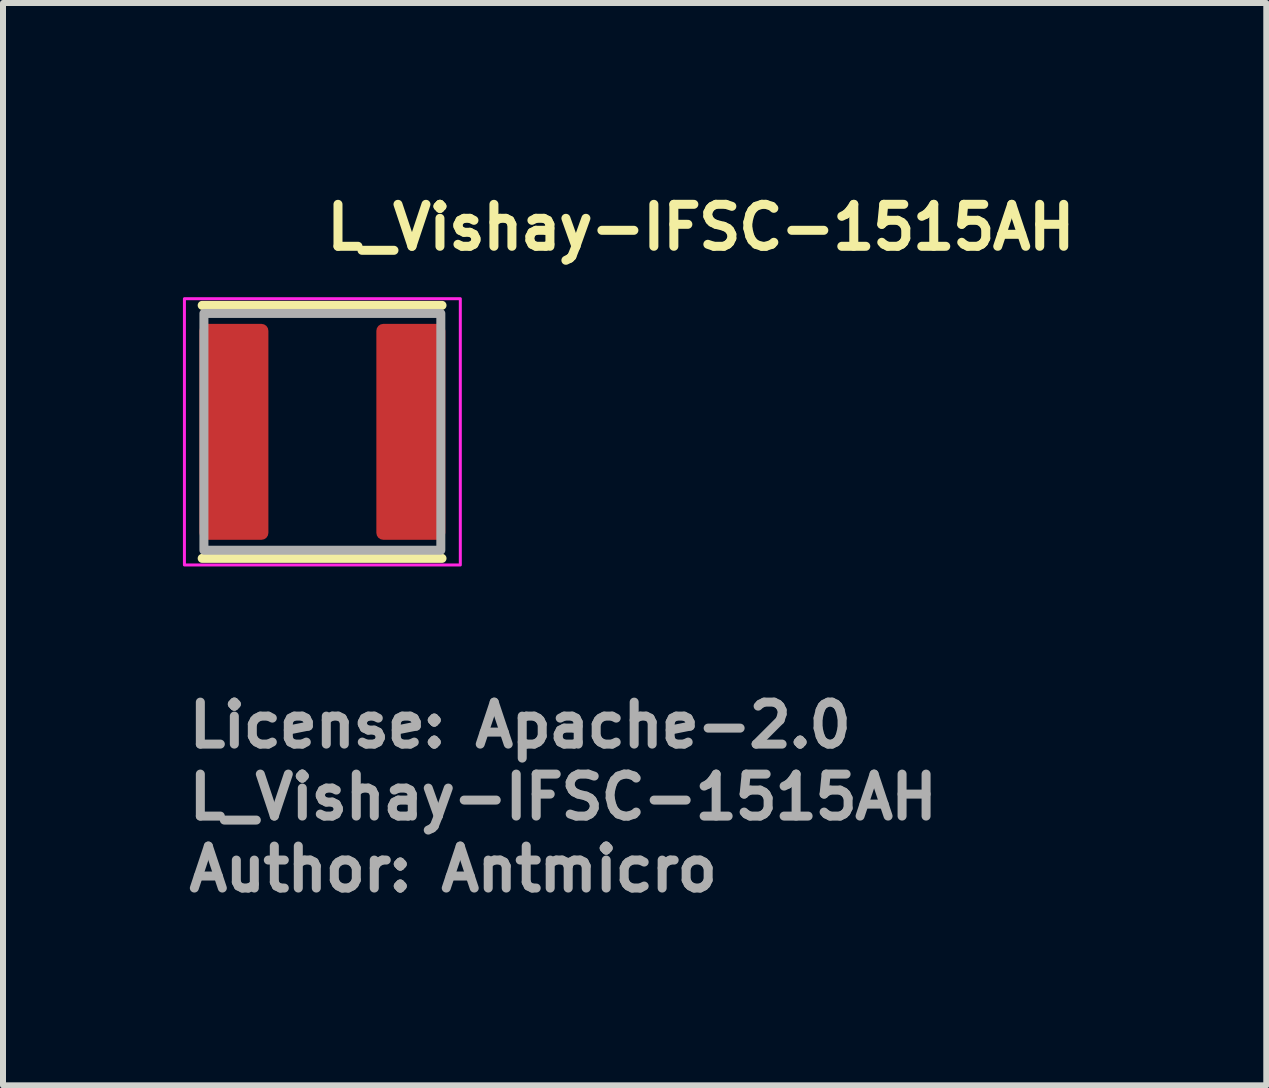
<source format=kicad_pcb>
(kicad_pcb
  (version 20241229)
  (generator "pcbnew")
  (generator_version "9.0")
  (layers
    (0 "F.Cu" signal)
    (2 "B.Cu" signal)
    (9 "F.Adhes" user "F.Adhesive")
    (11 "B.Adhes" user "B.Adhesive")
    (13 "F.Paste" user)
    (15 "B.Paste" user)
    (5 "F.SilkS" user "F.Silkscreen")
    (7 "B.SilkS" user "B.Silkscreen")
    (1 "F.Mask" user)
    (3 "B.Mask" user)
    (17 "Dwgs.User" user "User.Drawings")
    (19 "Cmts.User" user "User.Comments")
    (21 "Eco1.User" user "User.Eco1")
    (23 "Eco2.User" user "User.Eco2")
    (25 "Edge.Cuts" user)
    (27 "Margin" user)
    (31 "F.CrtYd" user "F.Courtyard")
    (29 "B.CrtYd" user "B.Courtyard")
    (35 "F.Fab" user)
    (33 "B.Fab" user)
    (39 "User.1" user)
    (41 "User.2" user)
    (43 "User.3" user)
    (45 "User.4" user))
  (footprint "L_Vishay-IFSC-1515AH"
    (layer "F.Cu")
    (at 2.325 4.15)
    (property "Reference" "L_Vishay-IFSC-1515AH" (at -0.005 -3 0) (layer "F.SilkS") (effects (font (size 0.7 0.7) (thickness 0.15)) (justify left bottom)))
    (attr smd)
    (fp_line (start -2.004 -2.109) (end 1.995 -2.109) (stroke (width 0.15) (type solid)) (layer "F.SilkS"))
    (fp_line (start 1.995 2.11) (end -2.004 2.11) (stroke (width 0.15) (type solid)) (layer "F.SilkS"))
    (fp_rect (start -2.3 -2.22) (end 2.3 2.22) (stroke (width 0.05) (type solid)) (fill no) (layer "F.CrtYd"))
    (fp_rect (start -1.975 -1.974) (end 1.975 1.974) (stroke (width 0.15) (type solid)) (fill no) (layer "F.Fab"))
    (fp_rect (start -1.975 -1.974) (end 1.975 1.974) (stroke (width 0.1) (type solid)) (fill no) (layer "User.5"))
    (fp_line (start -1.975 -1.974) (end -1.975 -1.115) (stroke (width 0.02) (type solid)) (layer "User.9"))
    (fp_line (start -1.975 -1.115) (end -1.975 1.115) (stroke (width 0.02) (type solid)) (layer "User.9"))
    (fp_line (start -1.975 1.115) (end -1.975 1.974) (stroke (width 0.02) (type solid)) (layer "User.9"))
    (fp_line (start -1.975 1.115) (end -1.114 1.974) (stroke (width 0.02) (type solid)) (layer "User.9"))
    (fp_line (start -1.975 1.974) (end -1.669 1.974) (stroke (width 0.02) (type solid)) (layer "User.9"))
    (fp_line (start -1.669 -1.974) (end -1.975 -1.974) (stroke (width 0.02) (type solid)) (layer "User.9"))
    (fp_line (start -1.669 1.974) (end -1.489 1.875) (stroke (width 0.02) (type solid)) (layer "User.9"))
    (fp_line (start -1.489 -1.875) (end -1.669 -1.974) (stroke (width 0.02) (type solid)) (layer "User.9"))
    (fp_line (start -1.489 1.875) (end -1.449 1.875) (stroke (width 0.02) (type solid)) (layer "User.9"))
    (fp_line (start -1.449 1.875) (end -1.449 1.875) (stroke (width 0.02) (type solid)) (layer "User.9"))
    (fp_line (start -1.449 1.875) (end -1.448 1.881) (stroke (width 0.02) (type solid)) (layer "User.9"))
    (fp_line (start -1.448 1.86) (end -1.448 1.862) (stroke (width 0.02) (type solid)) (layer "User.9"))
    (fp_line (start -1.448 1.862) (end -1.448 1.863) (stroke (width 0.02) (type solid)) (layer "User.9"))
    (fp_line (start -1.448 1.863) (end -1.448 1.865) (stroke (width 0.02) (type solid)) (layer "User.9"))
    (fp_line (start -1.448 1.865) (end -1.448 1.868) (stroke (width 0.02) (type solid)) (layer "User.9"))
    (fp_line (start -1.448 1.868) (end -1.448 1.868) (stroke (width 0.02) (type solid)) (layer "User.9"))
    (fp_line (start -1.448 1.868) (end -1.448 1.87) (stroke (width 0.02) (type solid)) (layer "User.9"))
    (fp_line (start -1.448 1.87) (end -1.448 1.873) (stroke (width 0.02) (type solid)) (layer "User.9"))
    (fp_line (start -1.448 1.873) (end -1.449 1.875) (stroke (width 0.02) (type solid)) (layer "User.9"))
    (fp_line (start -1.448 1.881) (end -1.448 1.883) (stroke (width 0.02) (type solid)) (layer "User.9"))
    (fp_line (start -1.448 1.883) (end -1.448 1.887) (stroke (width 0.02) (type solid)) (layer "User.9"))
    (fp_line (start -1.448 1.887) (end -1.446 1.891) (stroke (width 0.02) (type solid)) (layer "User.9"))
    (fp_line (start -1.446 1.857) (end -1.446 1.86) (stroke (width 0.02) (type solid)) (layer "User.9"))
    (fp_line (start -1.446 1.86) (end -1.448 1.86) (stroke (width 0.02) (type solid)) (layer "User.9"))
    (fp_line (start -1.446 1.891) (end -1.445 1.893) (stroke (width 0.02) (type solid)) (layer "User.9"))
    (fp_line (start -1.445 1.852) (end -1.445 1.854) (stroke (width 0.02) (type solid)) (layer "User.9"))
    (fp_line (start -1.445 1.854) (end -1.445 1.855) (stroke (width 0.02) (type solid)) (layer "User.9"))
    (fp_line (start -1.445 1.855) (end -1.446 1.857) (stroke (width 0.02) (type solid)) (layer "User.9"))
    (fp_line (start -1.445 1.893) (end -1.443 1.897) (stroke (width 0.02) (type solid)) (layer "User.9"))
    (fp_line (start -1.443 1.849) (end -1.443 1.852) (stroke (width 0.02) (type solid)) (layer "User.9"))
    (fp_line (start -1.443 1.852) (end -1.445 1.852) (stroke (width 0.02) (type solid)) (layer "User.9"))
    (fp_line (start -1.443 1.897) (end -1.44 1.901) (stroke (width 0.02) (type solid)) (layer "User.9"))
    (fp_line (start -1.442 1.849) (end -1.443 1.849) (stroke (width 0.02) (type solid)) (layer "User.9"))
    (fp_line (start -1.44 1.901) (end -1.439 1.905) (stroke (width 0.02) (type solid)) (layer "User.9"))
    (fp_line (start -1.439 1.905) (end -1.437 1.907) (stroke (width 0.02) (type solid)) (layer "User.9"))
    (fp_line (start -1.437 1.907) (end -1.436 1.907) (stroke (width 0.02) (type solid)) (layer "User.9"))
    (fp_line (start -1.436 1.907) (end -1.434 1.907) (stroke (width 0.02) (type solid)) (layer "User.9"))
    (fp_line (start -1.434 1.907) (end -1.432 1.909) (stroke (width 0.02) (type solid)) (layer "User.9"))
    (fp_line (start -1.432 1.909) (end -1.431 1.913) (stroke (width 0.02) (type solid)) (layer "User.9"))
    (fp_line (start -1.431 1.913) (end -1.429 1.913) (stroke (width 0.02) (type solid)) (layer "User.9"))
    (fp_line (start -1.429 1.913) (end -1.428 1.915) (stroke (width 0.02) (type solid)) (layer "User.9"))
    (fp_line (start -1.429 1.913) (end -1.428 1.915) (stroke (width 0.02) (type solid)) (layer "User.9"))
    (fp_line (start -1.428 1.915) (end -1.425 1.915) (stroke (width 0.02) (type solid)) (layer "User.9"))
    (fp_line (start -1.428 1.915) (end -1.425 1.915) (stroke (width 0.02) (type solid)) (layer "User.9"))
    (fp_line (start -1.425 1.915) (end -1.425 1.918) (stroke (width 0.02) (type solid)) (layer "User.9"))
    (fp_line (start -1.425 1.915) (end -1.423 1.918) (stroke (width 0.02) (type solid)) (layer "User.9"))
    (fp_line (start -1.425 1.918) (end -1.422 1.918) (stroke (width 0.02) (type solid)) (layer "User.9"))
    (fp_line (start -1.423 1.918) (end -1.422 1.918) (stroke (width 0.02) (type solid)) (layer "User.9"))
    (fp_line (start -1.422 1.918) (end -1.42 1.92) (stroke (width 0.02) (type solid)) (layer "User.9"))
    (fp_line (start -1.422 1.918) (end -1.419 1.92) (stroke (width 0.02) (type solid)) (layer "User.9"))
    (fp_line (start -1.42 1.92) (end -1.419 1.92) (stroke (width 0.02) (type solid)) (layer "User.9"))
    (fp_line (start -1.419 1.92) (end -1.417 1.921) (stroke (width 0.02) (type solid)) (layer "User.9"))
    (fp_line (start -1.419 1.92) (end -1.416 1.921) (stroke (width 0.02) (type solid)) (layer "User.9"))
    (fp_line (start -1.417 1.921) (end -1.414 1.921) (stroke (width 0.02) (type solid)) (layer "User.9"))
    (fp_line (start -1.416 1.921) (end -1.414 1.921) (stroke (width 0.02) (type solid)) (layer "User.9"))
    (fp_line (start -1.414 1.921) (end -1.413 1.923) (stroke (width 0.02) (type solid)) (layer "User.9"))
    (fp_line (start -1.414 1.921) (end -1.413 1.923) (stroke (width 0.02) (type solid)) (layer "User.9"))
    (fp_line (start -1.413 1.923) (end -1.413 1.923) (stroke (width 0.02) (type solid)) (layer "User.9"))
    (fp_line (start -1.413 1.923) (end -1.411 1.923) (stroke (width 0.02) (type solid)) (layer "User.9"))
    (fp_line (start -1.413 1.923) (end -1.41 1.923) (stroke (width 0.02) (type solid)) (layer "User.9"))
    (fp_line (start -1.411 1.923) (end -1.408 1.923) (stroke (width 0.02) (type solid)) (layer "User.9"))
    (fp_line (start -1.41 1.923) (end -1.408 1.923) (stroke (width 0.02) (type solid)) (layer "User.9"))
    (fp_line (start -1.408 1.923) (end -1.407 1.923) (stroke (width 0.02) (type solid)) (layer "User.9"))
    (fp_line (start -1.408 1.923) (end -1.405 1.923) (stroke (width 0.02) (type solid)) (layer "User.9"))
    (fp_line (start -1.407 1.923) (end -1.405 1.923) (stroke (width 0.02) (type solid)) (layer "User.9"))
    (fp_line (start -1.405 1.923) (end -1.401 1.923) (stroke (width 0.02) (type solid)) (layer "User.9"))
    (fp_line (start -1.405 1.923) (end -1.401 1.923) (stroke (width 0.02) (type solid)) (layer "User.9"))
    (fp_line (start -1.401 1.923) (end -1.399 1.923) (stroke (width 0.02) (type solid)) (layer "User.9"))
    (fp_line (start -1.401 1.923) (end -1.399 1.924) (stroke (width 0.02) (type solid)) (layer "User.9"))
    (fp_line (start -1.399 1.923) (end -1.399 1.924) (stroke (width 0.02) (type solid)) (layer "User.9"))
    (fp_line (start -1.399 1.924) (end -1.399 1.924) (stroke (width 0.02) (type solid)) (layer "User.9"))
    (fp_line (start -1.399 1.924) (end -1.395 1.923) (stroke (width 0.02) (type solid)) (layer "User.9"))
    (fp_line (start -1.399 1.924) (end -1.395 1.924) (stroke (width 0.02) (type solid)) (layer "User.9"))
    (fp_line (start -1.395 1.923) (end -1.393 1.923) (stroke (width 0.02) (type solid)) (layer "User.9"))
    (fp_line (start -1.395 1.924) (end -1.393 1.924) (stroke (width 0.02) (type solid)) (layer "User.9"))
    (fp_line (start -1.393 1.923) (end -1.391 1.923) (stroke (width 0.02) (type solid)) (layer "User.9"))
    (fp_line (start -1.393 1.924) (end -1.391 1.923) (stroke (width 0.02) (type solid)) (layer "User.9"))
    (fp_line (start -1.391 1.923) (end -1.389 1.923) (stroke (width 0.02) (type solid)) (layer "User.9"))
    (fp_line (start -1.391 1.923) (end -1.389 1.923) (stroke (width 0.02) (type solid)) (layer "User.9"))
    (fp_line (start -1.389 1.923) (end -1.387 1.923) (stroke (width 0.02) (type solid)) (layer "User.9"))
    (fp_line (start -1.389 1.923) (end -1.383 1.921) (stroke (width 0.02) (type solid)) (layer "User.9"))
    (fp_line (start -1.387 1.923) (end -1.385 1.923) (stroke (width 0.02) (type solid)) (layer "User.9"))
    (fp_line (start -1.385 1.923) (end -1.381 1.921) (stroke (width 0.02) (type solid)) (layer "User.9"))
    (fp_line (start -1.383 1.921) (end -1.381 1.921) (stroke (width 0.02) (type solid)) (layer "User.9"))
    (fp_line (start -1.381 1.921) (end -1.381 1.921) (stroke (width 0.02) (type solid)) (layer "User.9"))
    (fp_line (start -1.381 1.921) (end -1.379 1.92) (stroke (width 0.02) (type solid)) (layer "User.9"))
    (fp_line (start -1.381 1.921) (end -1.377 1.918) (stroke (width 0.02) (type solid)) (layer "User.9"))
    (fp_line (start -1.379 1.92) (end -1.375 1.918) (stroke (width 0.02) (type solid)) (layer "User.9"))
    (fp_line (start -1.377 1.918) (end -1.373 1.915) (stroke (width 0.02) (type solid)) (layer "User.9"))
    (fp_line (start -1.375 1.918) (end -1.373 1.918) (stroke (width 0.02) (type solid)) (layer "User.9"))
    (fp_line (start -1.373 1.915) (end -1.37 1.915) (stroke (width 0.02) (type solid)) (layer "User.9"))
    (fp_line (start -1.373 1.918) (end -1.371 1.915) (stroke (width 0.02) (type solid)) (layer "User.9"))
    (fp_line (start -1.371 1.915) (end -1.37 1.915) (stroke (width 0.02) (type solid)) (layer "User.9"))
    (fp_line (start -1.37 1.915) (end -1.367 1.913) (stroke (width 0.02) (type solid)) (layer "User.9"))
    (fp_line (start -1.37 1.915) (end -1.367 1.913) (stroke (width 0.02) (type solid)) (layer "User.9"))
    (fp_line (start -1.367 1.721) (end -1.442 1.849) (stroke (width 0.02) (type solid)) (layer "User.9"))
    (fp_line (start -1.367 1.913) (end -1.365 1.909) (stroke (width 0.02) (type solid)) (layer "User.9"))
    (fp_line (start -1.367 1.913) (end -1.364 1.907) (stroke (width 0.02) (type solid)) (layer "User.9"))
    (fp_line (start -1.365 1.909) (end -1.364 1.907) (stroke (width 0.02) (type solid)) (layer "User.9"))
    (fp_line (start -1.364 1.907) (end -1.362 1.907) (stroke (width 0.02) (type solid)) (layer "User.9"))
    (fp_line (start -1.364 1.907) (end -1.361 1.907) (stroke (width 0.02) (type solid)) (layer "User.9"))
    (fp_line (start -1.362 1.907) (end -1.361 1.905) (stroke (width 0.02) (type solid)) (layer "User.9"))
    (fp_line (start -1.361 1.905) (end -1.358 1.903) (stroke (width 0.02) (type solid)) (layer "User.9"))
    (fp_line (start -1.361 1.907) (end -1.359 1.905) (stroke (width 0.02) (type solid)) (layer "User.9"))
    (fp_line (start -1.359 1.905) (end -1.358 1.901) (stroke (width 0.02) (type solid)) (layer "User.9"))
    (fp_line (start -1.358 1.901) (end -1.356 1.899) (stroke (width 0.02) (type solid)) (layer "User.9"))
    (fp_line (start -1.358 1.901) (end -1.355 1.899) (stroke (width 0.02) (type solid)) (layer "User.9"))
    (fp_line (start -1.358 1.903) (end -1.358 1.901) (stroke (width 0.02) (type solid)) (layer "User.9"))
    (fp_line (start -1.355 1.897) (end -1.353 1.893) (stroke (width 0.02) (type solid)) (layer "User.9"))
    (fp_line (start -1.355 1.899) (end -1.355 1.897) (stroke (width 0.02) (type solid)) (layer "User.9"))
    (fp_line (start -1.353 1.893) (end -1.352 1.891) (stroke (width 0.02) (type solid)) (layer "User.9"))
    (fp_line (start -1.352 1.891) (end -1.352 1.891) (stroke (width 0.02) (type solid)) (layer "User.9"))
    (fp_line (start -1.352 1.891) (end -1.35 1.887) (stroke (width 0.02) (type solid)) (layer "User.9"))
    (fp_line (start -1.35 1.881) (end -1.349 1.877) (stroke (width 0.02) (type solid)) (layer "User.9"))
    (fp_line (start -1.35 1.883) (end -1.35 1.881) (stroke (width 0.02) (type solid)) (layer "User.9"))
    (fp_line (start -1.35 1.885) (end -1.35 1.883) (stroke (width 0.02) (type solid)) (layer "User.9"))
    (fp_line (start -1.35 1.887) (end -1.35 1.885) (stroke (width 0.02) (type solid)) (layer "User.9"))
    (fp_line (start -1.349 1.875) (end -1.35 1.875) (stroke (width 0.02) (type solid)) (layer "User.9"))
    (fp_line (start -1.349 1.877) (end -1.349 1.875) (stroke (width 0.02) (type solid)) (layer "User.9"))
    (fp_line (start -1.341 1.875) (end -1.309 1.875) (stroke (width 0.02) (type solid)) (layer "User.9"))
    (fp_line (start -1.309 -1.875) (end -1.489 -1.875) (stroke (width 0.02) (type solid)) (layer "User.9"))
    (fp_line (start -1.309 1.875) (end -1.129 1.974) (stroke (width 0.02) (type solid)) (layer "User.9"))
    (fp_line (start -1.294 1.795) (end -1.356 1.899) (stroke (width 0.02) (type solid)) (layer "User.9"))
    (fp_line (start -1.129 -1.974) (end -1.309 -1.875) (stroke (width 0.02) (type solid)) (layer "User.9"))
    (fp_line (start -1.129 1.974) (end -1.114 1.974) (stroke (width 0.02) (type solid)) (layer "User.9"))
    (fp_line (start -1.114 -1.974) (end -1.975 -1.115) (stroke (width 0.02) (type solid)) (layer "User.9"))
    (fp_line (start -1.114 -1.974) (end -1.129 -1.974) (stroke (width 0.02) (type solid)) (layer "User.9"))
    (fp_line (start -1.114 1.974) (end 1.115 1.974) (stroke (width 0.02) (type solid)) (layer "User.9"))
    (fp_line (start 1.115 -1.974) (end -1.114 -1.974) (stroke (width 0.02) (type solid)) (layer "User.9"))
    (fp_line (start 1.115 1.974) (end 1.129 1.974) (stroke (width 0.02) (type solid)) (layer "User.9"))
    (fp_line (start 1.115 1.974) (end 1.975 1.115) (stroke (width 0.02) (type solid)) (layer "User.9"))
    (fp_line (start 1.129 -1.974) (end 1.115 -1.974) (stroke (width 0.02) (type solid)) (layer "User.9"))
    (fp_line (start 1.129 1.974) (end 1.309 1.875) (stroke (width 0.02) (type solid)) (layer "User.9"))
    (fp_line (start 1.309 -1.875) (end 1.129 -1.974) (stroke (width 0.02) (type solid)) (layer "User.9"))
    (fp_line (start 1.309 1.875) (end 1.341 1.875) (stroke (width 0.02) (type solid)) (layer "User.9"))
    (fp_line (start 1.356 1.899) (end 1.294 1.795) (stroke (width 0.02) (type solid)) (layer "User.9"))
    (fp_line (start 1.356 1.899) (end 1.356 1.899) (stroke (width 0.02) (type solid)) (layer "User.9"))
    (fp_line (start 1.356 1.899) (end 1.358 1.901) (stroke (width 0.02) (type solid)) (layer "User.9"))
    (fp_line (start 1.356 1.899) (end 1.359 1.901) (stroke (width 0.02) (type solid)) (layer "User.9"))
    (fp_line (start 1.358 1.901) (end 1.359 1.903) (stroke (width 0.02) (type solid)) (layer "User.9"))
    (fp_line (start 1.359 1.901) (end 1.361 1.905) (stroke (width 0.02) (type solid)) (layer "User.9"))
    (fp_line (start 1.359 1.903) (end 1.359 1.905) (stroke (width 0.02) (type solid)) (layer "User.9"))
    (fp_line (start 1.359 1.905) (end 1.361 1.907) (stroke (width 0.02) (type solid)) (layer "User.9"))
    (fp_line (start 1.361 1.905) (end 1.362 1.907) (stroke (width 0.02) (type solid)) (layer "User.9"))
    (fp_line (start 1.361 1.907) (end 1.362 1.907) (stroke (width 0.02) (type solid)) (layer "User.9"))
    (fp_line (start 1.362 1.907) (end 1.362 1.907) (stroke (width 0.02) (type solid)) (layer "User.9"))
    (fp_line (start 1.362 1.907) (end 1.365 1.907) (stroke (width 0.02) (type solid)) (layer "User.9"))
    (fp_line (start 1.362 1.907) (end 1.365 1.909) (stroke (width 0.02) (type solid)) (layer "User.9"))
    (fp_line (start 1.365 1.907) (end 1.365 1.909) (stroke (width 0.02) (type solid)) (layer "User.9"))
    (fp_line (start 1.365 1.909) (end 1.367 1.913) (stroke (width 0.02) (type solid)) (layer "User.9"))
    (fp_line (start 1.365 1.909) (end 1.367 1.913) (stroke (width 0.02) (type solid)) (layer "User.9"))
    (fp_line (start 1.367 1.913) (end 1.368 1.913) (stroke (width 0.02) (type solid)) (layer "User.9"))
    (fp_line (start 1.367 1.913) (end 1.37 1.915) (stroke (width 0.02) (type solid)) (layer "User.9"))
    (fp_line (start 1.368 1.913) (end 1.37 1.915) (stroke (width 0.02) (type solid)) (layer "User.9"))
    (fp_line (start 1.37 1.915) (end 1.371 1.915) (stroke (width 0.02) (type solid)) (layer "User.9"))
    (fp_line (start 1.37 1.915) (end 1.373 1.915) (stroke (width 0.02) (type solid)) (layer "User.9"))
    (fp_line (start 1.371 1.915) (end 1.373 1.915) (stroke (width 0.02) (type solid)) (layer "User.9"))
    (fp_line (start 1.373 1.915) (end 1.375 1.918) (stroke (width 0.02) (type solid)) (layer "User.9"))
    (fp_line (start 1.373 1.915) (end 1.375 1.918) (stroke (width 0.02) (type solid)) (layer "User.9"))
    (fp_line (start 1.375 1.918) (end 1.377 1.918) (stroke (width 0.02) (type solid)) (layer "User.9"))
    (fp_line (start 1.375 1.918) (end 1.377 1.92) (stroke (width 0.02) (type solid)) (layer "User.9"))
    (fp_line (start 1.377 1.918) (end 1.379 1.92) (stroke (width 0.02) (type solid)) (layer "User.9"))
    (fp_line (start 1.377 1.92) (end 1.381 1.921) (stroke (width 0.02) (type solid)) (layer "User.9"))
    (fp_line (start 1.379 1.92) (end 1.381 1.921) (stroke (width 0.02) (type solid)) (layer "User.9"))
    (fp_line (start 1.381 1.921) (end 1.381 1.921) (stroke (width 0.02) (type solid)) (layer "User.9"))
    (fp_line (start 1.381 1.921) (end 1.381 1.921) (stroke (width 0.02) (type solid)) (layer "User.9"))
    (fp_line (start 1.381 1.921) (end 1.383 1.921) (stroke (width 0.02) (type solid)) (layer "User.9"))
    (fp_line (start 1.381 1.921) (end 1.385 1.921) (stroke (width 0.02) (type solid)) (layer "User.9"))
    (fp_line (start 1.383 1.921) (end 1.387 1.923) (stroke (width 0.02) (type solid)) (layer "User.9"))
    (fp_line (start 1.385 1.921) (end 1.387 1.923) (stroke (width 0.02) (type solid)) (layer "User.9"))
    (fp_line (start 1.387 1.923) (end 1.389 1.923) (stroke (width 0.02) (type solid)) (layer "User.9"))
    (fp_line (start 1.387 1.923) (end 1.389 1.923) (stroke (width 0.02) (type solid)) (layer "User.9"))
    (fp_line (start 1.389 1.923) (end 1.391 1.923) (stroke (width 0.02) (type solid)) (layer "User.9"))
    (fp_line (start 1.389 1.923) (end 1.393 1.923) (stroke (width 0.02) (type solid)) (layer "User.9"))
    (fp_line (start 1.391 1.923) (end 1.393 1.923) (stroke (width 0.02) (type solid)) (layer "User.9"))
    (fp_line (start 1.393 1.923) (end 1.395 1.923) (stroke (width 0.02) (type solid)) (layer "User.9"))
    (fp_line (start 1.393 1.923) (end 1.395 1.923) (stroke (width 0.02) (type solid)) (layer "User.9"))
    (fp_line (start 1.395 1.923) (end 1.399 1.924) (stroke (width 0.02) (type solid)) (layer "User.9"))
    (fp_line (start 1.395 1.923) (end 1.399 1.924) (stroke (width 0.02) (type solid)) (layer "User.9"))
    (fp_line (start 1.399 1.923) (end 1.401 1.923) (stroke (width 0.02) (type solid)) (layer "User.9"))
    (fp_line (start 1.399 1.924) (end 1.399 1.923) (stroke (width 0.02) (type solid)) (layer "User.9"))
    (fp_line (start 1.399 1.924) (end 1.399 1.924) (stroke (width 0.02) (type solid)) (layer "User.9"))
    (fp_line (start 1.399 1.924) (end 1.401 1.923) (stroke (width 0.02) (type solid)) (layer "User.9"))
    (fp_line (start 1.401 1.923) (end 1.405 1.923) (stroke (width 0.02) (type solid)) (layer "User.9"))
    (fp_line (start 1.401 1.923) (end 1.405 1.923) (stroke (width 0.02) (type solid)) (layer "User.9"))
    (fp_line (start 1.405 1.923) (end 1.407 1.923) (stroke (width 0.02) (type solid)) (layer "User.9"))
    (fp_line (start 1.405 1.923) (end 1.408 1.923) (stroke (width 0.02) (type solid)) (layer "User.9"))
    (fp_line (start 1.407 1.923) (end 1.408 1.923) (stroke (width 0.02) (type solid)) (layer "User.9"))
    (fp_line (start 1.408 1.923) (end 1.41 1.923) (stroke (width 0.02) (type solid)) (layer "User.9"))
    (fp_line (start 1.408 1.923) (end 1.411 1.923) (stroke (width 0.02) (type solid)) (layer "User.9"))
    (fp_line (start 1.41 1.923) (end 1.413 1.923) (stroke (width 0.02) (type solid)) (layer "User.9"))
    (fp_line (start 1.411 1.923) (end 1.413 1.923) (stroke (width 0.02) (type solid)) (layer "User.9"))
    (fp_line (start 1.413 1.923) (end 1.413 1.923) (stroke (width 0.02) (type solid)) (layer "User.9"))
    (fp_line (start 1.413 1.923) (end 1.414 1.921) (stroke (width 0.02) (type solid)) (layer "User.9"))
    (fp_line (start 1.413 1.923) (end 1.414 1.921) (stroke (width 0.02) (type solid)) (layer "User.9"))
    (fp_line (start 1.414 1.921) (end 1.417 1.921) (stroke (width 0.02) (type solid)) (layer "User.9"))
    (fp_line (start 1.414 1.921) (end 1.417 1.921) (stroke (width 0.02) (type solid)) (layer "User.9"))
    (fp_line (start 1.417 1.921) (end 1.419 1.92) (stroke (width 0.02) (type solid)) (layer "User.9"))
    (fp_line (start 1.417 1.921) (end 1.42 1.92) (stroke (width 0.02) (type solid)) (layer "User.9"))
    (fp_line (start 1.419 1.92) (end 1.42 1.92) (stroke (width 0.02) (type solid)) (layer "User.9"))
    (fp_line (start 1.42 1.92) (end 1.422 1.918) (stroke (width 0.02) (type solid)) (layer "User.9"))
    (fp_line (start 1.42 1.92) (end 1.423 1.918) (stroke (width 0.02) (type solid)) (layer "User.9"))
    (fp_line (start 1.422 1.918) (end 1.423 1.918) (stroke (width 0.02) (type solid)) (layer "User.9"))
    (fp_line (start 1.423 1.918) (end 1.425 1.918) (stroke (width 0.02) (type solid)) (layer "User.9"))
    (fp_line (start 1.423 1.918) (end 1.426 1.915) (stroke (width 0.02) (type solid)) (layer "User.9"))
    (fp_line (start 1.425 1.918) (end 1.426 1.915) (stroke (width 0.02) (type solid)) (layer "User.9"))
    (fp_line (start 1.426 1.915) (end 1.428 1.915) (stroke (width 0.02) (type solid)) (layer "User.9"))
    (fp_line (start 1.426 1.915) (end 1.428 1.915) (stroke (width 0.02) (type solid)) (layer "User.9"))
    (fp_line (start 1.428 1.915) (end 1.429 1.913) (stroke (width 0.02) (type solid)) (layer "User.9"))
    (fp_line (start 1.428 1.915) (end 1.429 1.913) (stroke (width 0.02) (type solid)) (layer "User.9"))
    (fp_line (start 1.429 1.913) (end 1.431 1.913) (stroke (width 0.02) (type solid)) (layer "User.9"))
    (fp_line (start 1.431 1.913) (end 1.432 1.909) (stroke (width 0.02) (type solid)) (layer "User.9"))
    (fp_line (start 1.432 1.909) (end 1.434 1.907) (stroke (width 0.02) (type solid)) (layer "User.9"))
    (fp_line (start 1.434 1.907) (end 1.436 1.907) (stroke (width 0.02) (type solid)) (layer "User.9"))
    (fp_line (start 1.436 1.907) (end 1.437 1.907) (stroke (width 0.02) (type solid)) (layer "User.9"))
    (fp_line (start 1.437 1.907) (end 1.439 1.905) (stroke (width 0.02) (type solid)) (layer "User.9"))
    (fp_line (start 1.439 1.905) (end 1.44 1.901) (stroke (width 0.02) (type solid)) (layer "User.9"))
    (fp_line (start 1.44 1.901) (end 1.44 1.901) (stroke (width 0.02) (type solid)) (layer "User.9"))
    (fp_line (start 1.44 1.901) (end 1.442 1.899) (stroke (width 0.02) (type solid)) (layer "User.9"))
    (fp_line (start 1.442 1.849) (end 1.367 1.721) (stroke (width 0.02) (type solid)) (layer "User.9"))
    (fp_line (start 1.442 1.899) (end 1.443 1.897) (stroke (width 0.02) (type solid)) (layer "User.9"))
    (fp_line (start 1.443 1.849) (end 1.442 1.849) (stroke (width 0.02) (type solid)) (layer "User.9"))
    (fp_line (start 1.443 1.852) (end 1.443 1.849) (stroke (width 0.02) (type solid)) (layer "User.9"))
    (fp_line (start 1.443 1.897) (end 1.445 1.893) (stroke (width 0.02) (type solid)) (layer "User.9"))
    (fp_line (start 1.445 1.852) (end 1.443 1.852) (stroke (width 0.02) (type solid)) (layer "User.9"))
    (fp_line (start 1.445 1.854) (end 1.445 1.852) (stroke (width 0.02) (type solid)) (layer "User.9"))
    (fp_line (start 1.445 1.893) (end 1.446 1.891) (stroke (width 0.02) (type solid)) (layer "User.9"))
    (fp_line (start 1.446 1.855) (end 1.445 1.854) (stroke (width 0.02) (type solid)) (layer "User.9"))
    (fp_line (start 1.446 1.857) (end 1.446 1.855) (stroke (width 0.02) (type solid)) (layer "User.9"))
    (fp_line (start 1.446 1.86) (end 1.446 1.857) (stroke (width 0.02) (type solid)) (layer "User.9"))
    (fp_line (start 1.446 1.891) (end 1.448 1.887) (stroke (width 0.02) (type solid)) (layer "User.9"))
    (fp_line (start 1.448 1.86) (end 1.446 1.86) (stroke (width 0.02) (type solid)) (layer "User.9"))
    (fp_line (start 1.448 1.862) (end 1.448 1.86) (stroke (width 0.02) (type solid)) (layer "User.9"))
    (fp_line (start 1.448 1.863) (end 1.448 1.862) (stroke (width 0.02) (type solid)) (layer "User.9"))
    (fp_line (start 1.448 1.887) (end 1.449 1.883) (stroke (width 0.02) (type solid)) (layer "User.9"))
    (fp_line (start 1.449 1.865) (end 1.448 1.863) (stroke (width 0.02) (type solid)) (layer "User.9"))
    (fp_line (start 1.449 1.868) (end 1.449 1.865) (stroke (width 0.02) (type solid)) (layer "User.9"))
    (fp_line (start 1.449 1.868) (end 1.449 1.868) (stroke (width 0.02) (type solid)) (layer "User.9"))
    (fp_line (start 1.449 1.87) (end 1.449 1.868) (stroke (width 0.02) (type solid)) (layer "User.9"))
    (fp_line (start 1.449 1.873) (end 1.449 1.87) (stroke (width 0.02) (type solid)) (layer "User.9"))
    (fp_line (start 1.449 1.875) (end 1.449 1.873) (stroke (width 0.02) (type solid)) (layer "User.9"))
    (fp_line (start 1.449 1.875) (end 1.449 1.875) (stroke (width 0.02) (type solid)) (layer "User.9"))
    (fp_line (start 1.449 1.875) (end 1.449 1.875) (stroke (width 0.02) (type solid)) (layer "User.9"))
    (fp_line (start 1.449 1.875) (end 1.49 1.875) (stroke (width 0.02) (type solid)) (layer "User.9"))
    (fp_line (start 1.449 1.881) (end 1.449 1.875) (stroke (width 0.02) (type solid)) (layer "User.9"))
    (fp_line (start 1.449 1.883) (end 1.449 1.881) (stroke (width 0.02) (type solid)) (layer "User.9"))
    (fp_line (start 1.49 -1.875) (end 1.309 -1.875) (stroke (width 0.02) (type solid)) (layer "User.9"))
    (fp_line (start 1.49 1.875) (end 1.67 1.974) (stroke (width 0.02) (type solid)) (layer "User.9"))
    (fp_line (start 1.67 -1.974) (end 1.49 -1.875) (stroke (width 0.02) (type solid)) (layer "User.9"))
    (fp_line (start 1.67 1.974) (end 1.975 1.974) (stroke (width 0.02) (type solid)) (layer "User.9"))
    (fp_line (start 1.975 -1.974) (end 1.67 -1.974) (stroke (width 0.02) (type solid)) (layer "User.9"))
    (fp_line (start 1.975 -1.115) (end 1.115 -1.974) (stroke (width 0.02) (type solid)) (layer "User.9"))
    (fp_line (start 1.975 -1.115) (end 1.975 -1.974) (stroke (width 0.02) (type solid)) (layer "User.9"))
    (fp_line (start 1.975 1.115) (end 1.975 -1.115) (stroke (width 0.02) (type solid)) (layer "User.9"))
    (fp_line (start 1.975 1.974) (end 1.975 1.115) (stroke (width 0.02) (type solid)) (layer "User.9"))
    (fp_text user "License: Apache-2.0" (at -2.3 5.3 0) (layer "F.Fab") (effects (font (size 0.7 0.7) (thickness 0.15)) (justify left bottom)))
    (fp_text user "${REFERENCE}" (at -2.3 6.5 0) (layer "F.Fab") (effects (font (size 0.7 0.7) (thickness 0.15)) (justify left bottom)))
    (fp_text user "Author: Antmicro" (at -2.3 7.7 0) (layer "F.Fab") (effects (font (size 0.7 0.7) (thickness 0.15)) (justify left bottom)))
    (pad "1" smd roundrect (at -1.475 0) (size 1.15 3.6) (layers "F.Cu" "F.Mask" "F.Paste") (roundrect_rratio 0.1))
    (pad "2" smd roundrect (at 1.475 0) (size 1.15 3.6) (layers "F.Cu" "F.Mask" "F.Paste") (roundrect_rratio 0.1)))
  (gr_rect
    (start -3 -3)
    (end 18.063 15.046)
    (stroke (width 0.1) (type default))
    (fill no)
    (layer "Edge.Cuts")))
</source>
